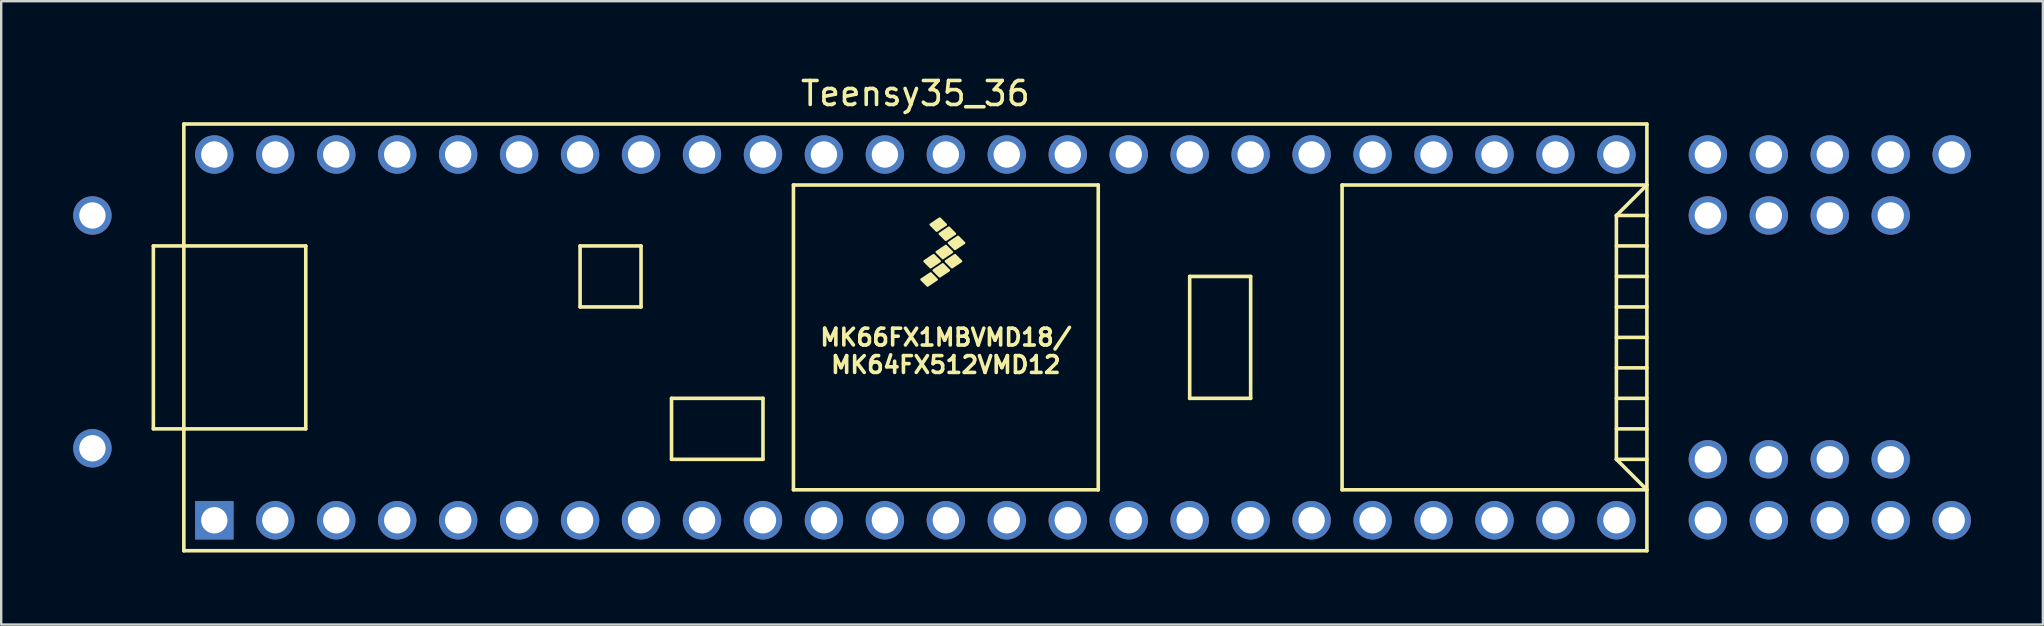
<source format=kicad_pcb>
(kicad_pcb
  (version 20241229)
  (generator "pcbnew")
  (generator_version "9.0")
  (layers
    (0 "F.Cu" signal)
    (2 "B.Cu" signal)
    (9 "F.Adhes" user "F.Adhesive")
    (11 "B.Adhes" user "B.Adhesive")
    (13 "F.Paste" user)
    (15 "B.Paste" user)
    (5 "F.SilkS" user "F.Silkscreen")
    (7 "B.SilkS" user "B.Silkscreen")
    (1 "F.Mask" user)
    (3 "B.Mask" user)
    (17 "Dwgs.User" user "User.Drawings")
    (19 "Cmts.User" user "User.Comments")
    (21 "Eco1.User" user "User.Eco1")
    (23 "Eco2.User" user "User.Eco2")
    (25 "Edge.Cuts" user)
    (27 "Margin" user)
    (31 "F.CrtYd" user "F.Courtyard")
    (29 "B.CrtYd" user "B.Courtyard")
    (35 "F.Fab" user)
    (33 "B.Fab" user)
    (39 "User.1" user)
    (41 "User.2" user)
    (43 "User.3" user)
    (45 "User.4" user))
  (footprint "Teensy35_36"
    (layer "F.Cu")
    (at 35.09 11.008)
    (property "Reference" "Teensy35_36" (at 0 -10.16 0) (layer "F.SilkS") (effects (font (size 1 1) (thickness 0.15))))
    (attr through_hole)
    (fp_line (start -31.75 -3.81) (end -30.48 -3.81) (stroke (width 0.15) (type solid)) (layer "F.SilkS"))
    (fp_line (start -31.75 3.81) (end -31.75 -3.81) (stroke (width 0.15) (type solid)) (layer "F.SilkS"))
    (fp_line (start -30.48 3.81) (end -31.75 3.81) (stroke (width 0.15) (type solid)) (layer "F.SilkS"))
    (fp_line (start -30.48 8.89) (end -30.48 -8.89) (stroke (width 0.15) (type solid)) (layer "F.SilkS"))
    (fp_line (start -30.48 8.89) (end 30.48 8.89) (stroke (width 0.15) (type solid)) (layer "F.SilkS"))
    (fp_line (start -25.4 -3.81) (end -30.48 -3.81) (stroke (width 0.15) (type solid)) (layer "F.SilkS"))
    (fp_line (start -25.4 3.81) (end -30.48 3.81) (stroke (width 0.15) (type solid)) (layer "F.SilkS"))
    (fp_line (start -25.4 3.81) (end -25.4 -3.81) (stroke (width 0.15) (type solid)) (layer "F.SilkS"))
    (fp_line (start -13.97 -3.81) (end -13.97 -1.27) (stroke (width 0.15) (type solid)) (layer "F.SilkS"))
    (fp_line (start -13.97 -1.27) (end -11.43 -1.27) (stroke (width 0.15) (type solid)) (layer "F.SilkS"))
    (fp_line (start -11.43 -3.81) (end -13.97 -3.81) (stroke (width 0.15) (type solid)) (layer "F.SilkS"))
    (fp_line (start -11.43 -1.27) (end -11.43 -3.81) (stroke (width 0.15) (type solid)) (layer "F.SilkS"))
    (fp_line (start -10.16 2.54) (end -6.35 2.54) (stroke (width 0.15) (type solid)) (layer "F.SilkS"))
    (fp_line (start -10.16 5.08) (end -10.16 2.54) (stroke (width 0.15) (type solid)) (layer "F.SilkS"))
    (fp_line (start -6.35 2.54) (end -6.35 5.08) (stroke (width 0.15) (type solid)) (layer "F.SilkS"))
    (fp_line (start -6.35 5.08) (end -10.16 5.08) (stroke (width 0.15) (type solid)) (layer "F.SilkS"))
    (fp_line (start -5.08 -6.35) (end -5.08 6.35) (stroke (width 0.15) (type solid)) (layer "F.SilkS"))
    (fp_line (start -5.08 -6.35) (end 7.62 -6.35) (stroke (width 0.15) (type solid)) (layer "F.SilkS"))
    (fp_line (start -5.08 6.35) (end 7.62 6.35) (stroke (width 0.15) (type solid)) (layer "F.SilkS"))
    (fp_line (start 7.62 6.35) (end 7.62 -6.35) (stroke (width 0.15) (type solid)) (layer "F.SilkS"))
    (fp_line (start 11.43 -2.54) (end 13.97 -2.54) (stroke (width 0.15) (type solid)) (layer "F.SilkS"))
    (fp_line (start 11.43 2.54) (end 11.43 -2.54) (stroke (width 0.15) (type solid)) (layer "F.SilkS"))
    (fp_line (start 13.97 -2.54) (end 13.97 2.54) (stroke (width 0.15) (type solid)) (layer "F.SilkS"))
    (fp_line (start 13.97 2.54) (end 11.43 2.54) (stroke (width 0.15) (type solid)) (layer "F.SilkS"))
    (fp_line (start 17.78 -6.35) (end 17.78 6.35) (stroke (width 0.15) (type solid)) (layer "F.SilkS"))
    (fp_line (start 17.78 6.35) (end 30.48 6.35) (stroke (width 0.15) (type solid)) (layer "F.SilkS"))
    (fp_line (start 29.21 -5.08) (end 30.48 -6.35) (stroke (width 0.15) (type solid)) (layer "F.SilkS"))
    (fp_line (start 29.21 -5.08) (end 30.48 -5.08) (stroke (width 0.15) (type solid)) (layer "F.SilkS"))
    (fp_line (start 29.21 -3.81) (end 30.48 -3.81) (stroke (width 0.15) (type solid)) (layer "F.SilkS"))
    (fp_line (start 29.21 -2.54) (end 30.48 -2.54) (stroke (width 0.15) (type solid)) (layer "F.SilkS"))
    (fp_line (start 29.21 -1.27) (end 30.48 -1.27) (stroke (width 0.15) (type solid)) (layer "F.SilkS"))
    (fp_line (start 29.21 0) (end 30.48 0) (stroke (width 0.15) (type solid)) (layer "F.SilkS"))
    (fp_line (start 29.21 1.27) (end 30.48 1.27) (stroke (width 0.15) (type solid)) (layer "F.SilkS"))
    (fp_line (start 29.21 2.54) (end 30.48 2.54) (stroke (width 0.15) (type solid)) (layer "F.SilkS"))
    (fp_line (start 29.21 3.81) (end 30.48 3.81) (stroke (width 0.15) (type solid)) (layer "F.SilkS"))
    (fp_line (start 29.21 5.08) (end 29.21 -5.08) (stroke (width 0.15) (type solid)) (layer "F.SilkS"))
    (fp_line (start 29.21 5.08) (end 30.48 5.08) (stroke (width 0.15) (type solid)) (layer "F.SilkS"))
    (fp_line (start 30.48 -8.89) (end -30.48 -8.89) (stroke (width 0.15) (type solid)) (layer "F.SilkS"))
    (fp_line (start 30.48 -8.89) (end 30.48 8.89) (stroke (width 0.15) (type solid)) (layer "F.SilkS"))
    (fp_line (start 30.48 -6.35) (end 17.78 -6.35) (stroke (width 0.15) (type solid)) (layer "F.SilkS"))
    (fp_line (start 30.48 6.35) (end 29.21 5.08) (stroke (width 0.15) (type solid)) (layer "F.SilkS"))
    (fp_poly (pts (xy 0.635 -2.667) (xy 0.889 -2.413) (xy 0.508 -2.159) (xy 0.254 -2.413)) (stroke (width 0.1) (type solid)) (fill yes) (layer "F.SilkS"))
    (fp_poly (pts (xy 0.762 -3.429) (xy 1.016 -3.175) (xy 0.635 -2.921) (xy 0.381 -3.175)) (stroke (width 0.1) (type solid)) (fill yes) (layer "F.SilkS"))
    (fp_poly (pts (xy 1.016 -4.953) (xy 1.27 -4.699) (xy 0.889 -4.445) (xy 0.635 -4.699)) (stroke (width 0.1) (type solid)) (fill yes) (layer "F.SilkS"))
    (fp_poly (pts (xy 1.143 -3.048) (xy 1.397 -2.794) (xy 1.016 -2.54) (xy 0.762 -2.794)) (stroke (width 0.1) (type solid)) (fill yes) (layer "F.SilkS"))
    (fp_poly (pts (xy 1.27 -3.81) (xy 1.524 -3.556) (xy 1.143 -3.302) (xy 0.889 -3.556)) (stroke (width 0.1) (type solid)) (fill yes) (layer "F.SilkS"))
    (fp_poly (pts (xy 1.397 -4.572) (xy 1.651 -4.318) (xy 1.27 -4.064) (xy 1.016 -4.318)) (stroke (width 0.1) (type solid)) (fill yes) (layer "F.SilkS"))
    (fp_poly (pts (xy 1.651 -3.429) (xy 1.905 -3.175) (xy 1.524 -2.921) (xy 1.27 -3.175)) (stroke (width 0.1) (type solid)) (fill yes) (layer "F.SilkS"))
    (fp_poly (pts (xy 1.778 -4.191) (xy 2.032 -3.937) (xy 1.651 -3.683) (xy 1.397 -3.937)) (stroke (width 0.1) (type solid)) (fill yes) (layer "F.SilkS"))
    (fp_text user "MK66FX1MBVMD18/" (at 1.27 0 0) (layer "F.SilkS") (effects (font (size 0.7 0.7) (thickness 0.15))))
    (fp_text user "MK64FX512VMD12" (at 1.27 1.143 0) (layer "F.SilkS") (effects (font (size 0.7 0.7) (thickness 0.15))))
    (pad "1" thru_hole rect (at -29.21 7.62) (size 1.6 1.6) (drill 1.1) (layers "*.Cu" "*.Mask"))
    (pad "2" thru_hole circle (at -26.67 7.62) (size 1.6 1.6) (drill 1.1) (layers "*.Cu" "*.Mask"))
    (pad "3" thru_hole circle (at -24.13 7.62) (size 1.6 1.6) (drill 1.1) (layers "*.Cu" "*.Mask"))
    (pad "4" thru_hole circle (at -21.59 7.62) (size 1.6 1.6) (drill 1.1) (layers "*.Cu" "*.Mask"))
    (pad "5" thru_hole circle (at -19.05 7.62) (size 1.6 1.6) (drill 1.1) (layers "*.Cu" "*.Mask"))
    (pad "6" thru_hole circle (at -16.51 7.62) (size 1.6 1.6) (drill 1.1) (layers "*.Cu" "*.Mask"))
    (pad "7" thru_hole circle (at -13.97 7.62) (size 1.6 1.6) (drill 1.1) (layers "*.Cu" "*.Mask"))
    (pad "8" thru_hole circle (at -11.43 7.62) (size 1.6 1.6) (drill 1.1) (layers "*.Cu" "*.Mask"))
    (pad "9" thru_hole circle (at -8.89 7.62) (size 1.6 1.6) (drill 1.1) (layers "*.Cu" "*.Mask"))
    (pad "10" thru_hole circle (at -6.35 7.62) (size 1.6 1.6) (drill 1.1) (layers "*.Cu" "*.Mask"))
    (pad "11" thru_hole circle (at -3.81 7.62) (size 1.6 1.6) (drill 1.1) (layers "*.Cu" "*.Mask"))
    (pad "12" thru_hole circle (at -1.27 7.62) (size 1.6 1.6) (drill 1.1) (layers "*.Cu" "*.Mask"))
    (pad "13" thru_hole circle (at 1.27 7.62) (size 1.6 1.6) (drill 1.1) (layers "*.Cu" "*.Mask"))
    (pad "14" thru_hole circle (at 3.81 7.62) (size 1.6 1.6) (drill 1.1) (layers "*.Cu" "*.Mask"))
    (pad "15" thru_hole circle (at 6.35 7.62) (size 1.6 1.6) (drill 1.1) (layers "*.Cu" "*.Mask"))
    (pad "16" thru_hole circle (at 8.89 7.62) (size 1.6 1.6) (drill 1.1) (layers "*.Cu" "*.Mask"))
    (pad "17" thru_hole circle (at 11.43 7.62) (size 1.6 1.6) (drill 1.1) (layers "*.Cu" "*.Mask"))
    (pad "18" thru_hole circle (at 13.97 7.62) (size 1.6 1.6) (drill 1.1) (layers "*.Cu" "*.Mask"))
    (pad "19" thru_hole circle (at 16.51 7.62) (size 1.6 1.6) (drill 1.1) (layers "*.Cu" "*.Mask"))
    (pad "20" thru_hole circle (at 19.05 7.62) (size 1.6 1.6) (drill 1.1) (layers "*.Cu" "*.Mask"))
    (pad "21" thru_hole circle (at 21.59 7.62) (size 1.6 1.6) (drill 1.1) (layers "*.Cu" "*.Mask"))
    (pad "22" thru_hole circle (at 24.13 7.62) (size 1.6 1.6) (drill 1.1) (layers "*.Cu" "*.Mask"))
    (pad "23" thru_hole circle (at 26.67 7.62) (size 1.6 1.6) (drill 1.1) (layers "*.Cu" "*.Mask"))
    (pad "24" thru_hole circle (at 29.21 7.62) (size 1.6 1.6) (drill 1.1) (layers "*.Cu" "*.Mask"))
    (pad "30" thru_hole circle (at 29.21 -7.62) (size 1.6 1.6) (drill 1.1) (layers "*.Cu" "*.Mask"))
    (pad "31" thru_hole circle (at 26.67 -7.62) (size 1.6 1.6) (drill 1.1) (layers "*.Cu" "*.Mask"))
    (pad "32" thru_hole circle (at 24.13 -7.62) (size 1.6 1.6) (drill 1.1) (layers "*.Cu" "*.Mask"))
    (pad "33" thru_hole circle (at 21.59 -7.62) (size 1.6 1.6) (drill 1.1) (layers "*.Cu" "*.Mask"))
    (pad "34" thru_hole circle (at 19.05 -7.62) (size 1.6 1.6) (drill 1.1) (layers "*.Cu" "*.Mask"))
    (pad "35" thru_hole circle (at 16.51 -7.62) (size 1.6 1.6) (drill 1.1) (layers "*.Cu" "*.Mask"))
    (pad "36" thru_hole circle (at 13.97 -7.62) (size 1.6 1.6) (drill 1.1) (layers "*.Cu" "*.Mask"))
    (pad "37" thru_hole circle (at 11.43 -7.62) (size 1.6 1.6) (drill 1.1) (layers "*.Cu" "*.Mask"))
    (pad "38" thru_hole circle (at 8.89 -7.62) (size 1.6 1.6) (drill 1.1) (layers "*.Cu" "*.Mask"))
    (pad "39" thru_hole circle (at 6.35 -7.62) (size 1.6 1.6) (drill 1.1) (layers "*.Cu" "*.Mask"))
    (pad "40" thru_hole circle (at 3.81 -7.62) (size 1.6 1.6) (drill 1.1) (layers "*.Cu" "*.Mask"))
    (pad "41" thru_hole circle (at 1.27 -7.62) (size 1.6 1.6) (drill 1.1) (layers "*.Cu" "*.Mask"))
    (pad "42" thru_hole circle (at -1.27 -7.62) (size 1.6 1.6) (drill 1.1) (layers "*.Cu" "*.Mask"))
    (pad "43" thru_hole circle (at -3.81 -7.62) (size 1.6 1.6) (drill 1.1) (layers "*.Cu" "*.Mask"))
    (pad "44" thru_hole circle (at -6.35 -7.62) (size 1.6 1.6) (drill 1.1) (layers "*.Cu" "*.Mask"))
    (pad "45" thru_hole circle (at -8.89 -7.62) (size 1.6 1.6) (drill 1.1) (layers "*.Cu" "*.Mask"))
    (pad "46" thru_hole circle (at -11.43 -7.62) (size 1.6 1.6) (drill 1.1) (layers "*.Cu" "*.Mask"))
    (pad "47" thru_hole circle (at -13.97 -7.62) (size 1.6 1.6) (drill 1.1) (layers "*.Cu" "*.Mask"))
    (pad "48" thru_hole circle (at -16.51 -7.62) (size 1.6 1.6) (drill 1.1) (layers "*.Cu" "*.Mask"))
    (pad "49" thru_hole circle (at -19.05 -7.62) (size 1.6 1.6) (drill 1.1) (layers "*.Cu" "*.Mask"))
    (pad "50" thru_hole circle (at -21.59 -7.62) (size 1.6 1.6) (drill 1.1) (layers "*.Cu" "*.Mask"))
    (pad "51" thru_hole circle (at -24.13 -7.62) (size 1.6 1.6) (drill 1.1) (layers "*.Cu" "*.Mask"))
    (pad "52" thru_hole circle (at -26.67 -7.62) (size 1.6 1.6) (drill 1.1) (layers "*.Cu" "*.Mask"))
    (pad "53" thru_hole circle (at -29.21 -7.62) (size 1.6 1.6) (drill 1.1) (layers "*.Cu" "*.Mask"))
    (pad "59" thru_hole circle (at -34.29 -5.08) (size 1.6 1.6) (drill 1.1) (layers "*.Cu" "*.Mask"))
    (pad "60" thru_hole circle (at -34.29 4.62) (size 1.6 1.6) (drill 1.1) (layers "*.Cu" "*.Mask"))
    (pad "63" thru_hole circle (at 33.02 -7.62) (size 1.6 1.6) (drill 1.1) (layers "*.Cu" "*.Mask"))
    (pad "64" thru_hole circle (at 33.02 -5.08) (size 1.6 1.6) (drill 1.1) (layers "*.Cu" "*.Mask"))
    (pad "65" thru_hole circle (at 33.02 5.08) (size 1.6 1.6) (drill 1.1) (layers "*.Cu" "*.Mask"))
    (pad "66" thru_hole circle (at 33.02 7.62) (size 1.6 1.6) (drill 1.1) (layers "*.Cu" "*.Mask"))
    (pad "67" thru_hole circle (at 35.56 -7.62) (size 1.6 1.6) (drill 1.1) (layers "*.Cu" "*.Mask"))
    (pad "68" thru_hole circle (at 35.56 -5.08) (size 1.6 1.6) (drill 1.1) (layers "*.Cu" "*.Mask"))
    (pad "69" thru_hole circle (at 35.56 5.08) (size 1.6 1.6) (drill 1.1) (layers "*.Cu" "*.Mask"))
    (pad "70" thru_hole circle (at 35.56 7.62) (size 1.6 1.6) (drill 1.1) (layers "*.Cu" "*.Mask"))
    (pad "71" thru_hole circle (at 38.1 -7.62) (size 1.6 1.6) (drill 1.1) (layers "*.Cu" "*.Mask"))
    (pad "72" thru_hole circle (at 38.1 -5.08) (size 1.6 1.6) (drill 1.1) (layers "*.Cu" "*.Mask"))
    (pad "73" thru_hole circle (at 38.1 5.08) (size 1.6 1.6) (drill 1.1) (layers "*.Cu" "*.Mask"))
    (pad "74" thru_hole circle (at 38.1 7.62) (size 1.6 1.6) (drill 1.1) (layers "*.Cu" "*.Mask"))
    (pad "75" thru_hole circle (at 40.64 -7.62) (size 1.6 1.6) (drill 1.1) (layers "*.Cu" "*.Mask"))
    (pad "76" thru_hole circle (at 40.64 -5.08) (size 1.6 1.6) (drill 1.1) (layers "*.Cu" "*.Mask"))
    (pad "77" thru_hole circle (at 40.64 5.08) (size 1.6 1.6) (drill 1.1) (layers "*.Cu" "*.Mask"))
    (pad "78" thru_hole circle (at 40.64 7.62) (size 1.6 1.6) (drill 1.1) (layers "*.Cu" "*.Mask"))
    (pad "79" thru_hole circle (at 43.18 -7.62) (size 1.6 1.6) (drill 1.1) (layers "*.Cu" "*.Mask"))
    (pad "80" thru_hole circle (at 43.18 7.62) (size 1.6 1.6) (drill 1.1) (layers "*.Cu" "*.Mask")))
  (gr_rect
    (start -3 -3)
    (end 82.07 22.973)
    (stroke (width 0.1) (type default))
    (fill no)
    (layer "Edge.Cuts")))
</source>
